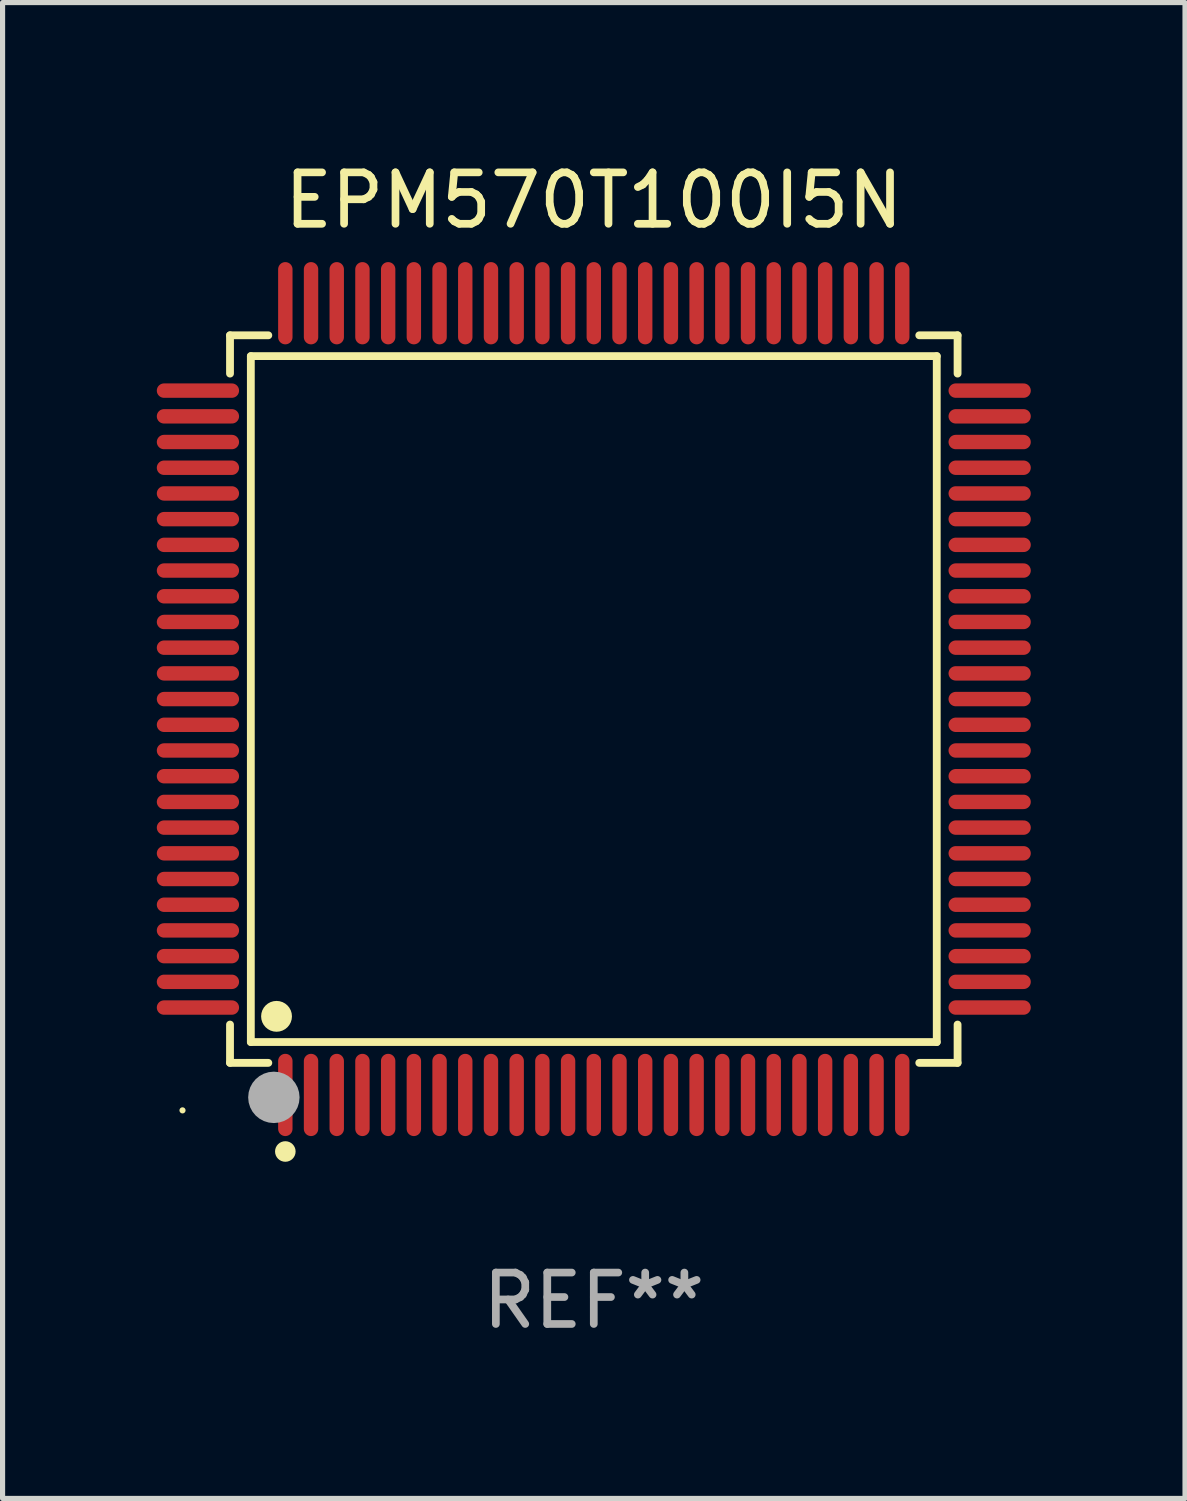
<source format=kicad_pcb>
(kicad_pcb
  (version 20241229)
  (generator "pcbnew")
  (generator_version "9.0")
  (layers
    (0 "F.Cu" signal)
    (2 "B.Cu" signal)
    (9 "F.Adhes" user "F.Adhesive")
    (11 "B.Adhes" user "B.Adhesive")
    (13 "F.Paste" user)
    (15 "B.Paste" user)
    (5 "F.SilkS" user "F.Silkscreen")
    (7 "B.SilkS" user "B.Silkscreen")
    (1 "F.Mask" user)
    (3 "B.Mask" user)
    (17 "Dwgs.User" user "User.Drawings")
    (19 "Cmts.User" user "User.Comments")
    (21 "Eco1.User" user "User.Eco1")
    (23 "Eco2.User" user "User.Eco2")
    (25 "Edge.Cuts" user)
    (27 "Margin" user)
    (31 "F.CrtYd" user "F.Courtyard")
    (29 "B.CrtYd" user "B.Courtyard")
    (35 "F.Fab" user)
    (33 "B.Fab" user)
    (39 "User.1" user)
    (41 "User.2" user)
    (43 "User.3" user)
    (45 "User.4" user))
  (footprint "EPM570T100I5N"
    (layer "F.Cu")
    (at 8.5 10.548)
    (property "Reference" "EPM570T100I5N" (at 0 -9.7 0) (layer "F.SilkS") (effects (font (size 1 1) (thickness 0.15))))
    (attr through_hole)
    (fp_line (start -7.076 -7.076) (end -6.331 -7.076) (stroke (width 0.152) (type solid)) (layer "F.SilkS"))
    (fp_line (start -7.076 -6.331) (end -7.076 -7.076) (stroke (width 0.152) (type solid)) (layer "F.SilkS"))
    (fp_line (start -7.076 6.331) (end -7.076 7.076) (stroke (width 0.152) (type solid)) (layer "F.SilkS"))
    (fp_line (start -7.076 7.076) (end -6.331 7.076) (stroke (width 0.152) (type solid)) (layer "F.SilkS"))
    (fp_line (start -6.671 -6.671) (end 6.671 -6.671) (stroke (width 0.152) (type solid)) (layer "F.SilkS"))
    (fp_line (start -6.671 6.671) (end -6.671 -6.671) (stroke (width 0.152) (type solid)) (layer "F.SilkS"))
    (fp_line (start 6.671 -6.671) (end 6.671 6.671) (stroke (width 0.152) (type solid)) (layer "F.SilkS"))
    (fp_line (start 6.671 6.671) (end -6.671 6.671) (stroke (width 0.152) (type solid)) (layer "F.SilkS"))
    (fp_line (start 7.076 -7.076) (end 6.331 -7.076) (stroke (width 0.152) (type solid)) (layer "F.SilkS"))
    (fp_line (start 7.076 -6.331) (end 7.076 -7.076) (stroke (width 0.152) (type solid)) (layer "F.SilkS"))
    (fp_line (start 7.076 6.331) (end 7.076 7.076) (stroke (width 0.152) (type solid)) (layer "F.SilkS"))
    (fp_line (start 7.076 7.076) (end 6.331 7.076) (stroke (width 0.152) (type solid)) (layer "F.SilkS"))
    (fp_circle (center -8 8) (end -7.97 8) (stroke (width 0.06) (type solid)) (fill no) (layer "F.SilkS"))
    (fp_circle (center -6.171 6.171) (end -6.021 6.171) (stroke (width 0.3) (type solid)) (fill no) (layer "F.SilkS"))
    (fp_circle (center -6 8.8) (end -5.9 8.8) (stroke (width 0.2) (type solid)) (fill no) (layer "F.SilkS"))
    (fp_circle (center -6.223 7.747) (end -5.973 7.747) (stroke (width 0.5) (type solid)) (fill no) (layer "F.Fab"))
    (fp_text user "REF**" (at 0 11.7 0) (layer "F.Fab") (effects (font (size 1 1) (thickness 0.15))))
    (pad "1" smd oval (at -6 7.7) (size 0.28 1.6) (layers "F.Cu" "F.Mask" "F.Paste"))
    (pad "2" smd oval (at -5.5 7.7) (size 0.28 1.6) (layers "F.Cu" "F.Mask" "F.Paste"))
    (pad "3" smd oval (at -5 7.7) (size 0.28 1.6) (layers "F.Cu" "F.Mask" "F.Paste"))
    (pad "4" smd oval (at -4.5 7.7) (size 0.28 1.6) (layers "F.Cu" "F.Mask" "F.Paste"))
    (pad "5" smd oval (at -4 7.7) (size 0.28 1.6) (layers "F.Cu" "F.Mask" "F.Paste"))
    (pad "6" smd oval (at -3.5 7.7) (size 0.28 1.6) (layers "F.Cu" "F.Mask" "F.Paste"))
    (pad "7" smd oval (at -3 7.7) (size 0.28 1.6) (layers "F.Cu" "F.Mask" "F.Paste"))
    (pad "8" smd oval (at -2.5 7.7) (size 0.28 1.6) (layers "F.Cu" "F.Mask" "F.Paste"))
    (pad "9" smd oval (at -2 7.7) (size 0.28 1.6) (layers "F.Cu" "F.Mask" "F.Paste"))
    (pad "10" smd oval (at -1.5 7.7) (size 0.28 1.6) (layers "F.Cu" "F.Mask" "F.Paste"))
    (pad "11" smd oval (at -1 7.7) (size 0.28 1.6) (layers "F.Cu" "F.Mask" "F.Paste"))
    (pad "12" smd oval (at -0.5 7.7) (size 0.28 1.6) (layers "F.Cu" "F.Mask" "F.Paste"))
    (pad "13" smd oval (at 0 7.7) (size 0.28 1.6) (layers "F.Cu" "F.Mask" "F.Paste"))
    (pad "14" smd oval (at 0.5 7.7) (size 0.28 1.6) (layers "F.Cu" "F.Mask" "F.Paste"))
    (pad "15" smd oval (at 1 7.7) (size 0.28 1.6) (layers "F.Cu" "F.Mask" "F.Paste"))
    (pad "16" smd oval (at 1.5 7.7) (size 0.28 1.6) (layers "F.Cu" "F.Mask" "F.Paste"))
    (pad "17" smd oval (at 2 7.7) (size 0.28 1.6) (layers "F.Cu" "F.Mask" "F.Paste"))
    (pad "18" smd oval (at 2.5 7.7) (size 0.28 1.6) (layers "F.Cu" "F.Mask" "F.Paste"))
    (pad "19" smd oval (at 3 7.7) (size 0.28 1.6) (layers "F.Cu" "F.Mask" "F.Paste"))
    (pad "20" smd oval (at 3.5 7.7) (size 0.28 1.6) (layers "F.Cu" "F.Mask" "F.Paste"))
    (pad "21" smd oval (at 4 7.7) (size 0.28 1.6) (layers "F.Cu" "F.Mask" "F.Paste"))
    (pad "22" smd oval (at 4.5 7.7) (size 0.28 1.6) (layers "F.Cu" "F.Mask" "F.Paste"))
    (pad "23" smd oval (at 5 7.7) (size 0.28 1.6) (layers "F.Cu" "F.Mask" "F.Paste"))
    (pad "24" smd oval (at 5.5 7.7) (size 0.28 1.6) (layers "F.Cu" "F.Mask" "F.Paste"))
    (pad "25" smd oval (at 6 7.7) (size 0.28 1.6) (layers "F.Cu" "F.Mask" "F.Paste"))
    (pad "26" smd oval (at 7.7 6) (size 1.6 0.28) (layers "F.Cu" "F.Mask" "F.Paste"))
    (pad "27" smd oval (at 7.7 5.5) (size 1.6 0.28) (layers "F.Cu" "F.Mask" "F.Paste"))
    (pad "28" smd oval (at 7.7 5) (size 1.6 0.28) (layers "F.Cu" "F.Mask" "F.Paste"))
    (pad "29" smd oval (at 7.7 4.5) (size 1.6 0.28) (layers "F.Cu" "F.Mask" "F.Paste"))
    (pad "30" smd oval (at 7.7 4) (size 1.6 0.28) (layers "F.Cu" "F.Mask" "F.Paste"))
    (pad "31" smd oval (at 7.7 3.5) (size 1.6 0.28) (layers "F.Cu" "F.Mask" "F.Paste"))
    (pad "32" smd oval (at 7.7 3) (size 1.6 0.28) (layers "F.Cu" "F.Mask" "F.Paste"))
    (pad "33" smd oval (at 7.7 2.5) (size 1.6 0.28) (layers "F.Cu" "F.Mask" "F.Paste"))
    (pad "34" smd oval (at 7.7 2) (size 1.6 0.28) (layers "F.Cu" "F.Mask" "F.Paste"))
    (pad "35" smd oval (at 7.7 1.5) (size 1.6 0.28) (layers "F.Cu" "F.Mask" "F.Paste"))
    (pad "36" smd oval (at 7.7 1) (size 1.6 0.28) (layers "F.Cu" "F.Mask" "F.Paste"))
    (pad "37" smd oval (at 7.7 0.5) (size 1.6 0.28) (layers "F.Cu" "F.Mask" "F.Paste"))
    (pad "38" smd oval (at 7.7 0) (size 1.6 0.28) (layers "F.Cu" "F.Mask" "F.Paste"))
    (pad "39" smd oval (at 7.7 -0.5) (size 1.6 0.28) (layers "F.Cu" "F.Mask" "F.Paste"))
    (pad "40" smd oval (at 7.7 -1) (size 1.6 0.28) (layers "F.Cu" "F.Mask" "F.Paste"))
    (pad "41" smd oval (at 7.7 -1.5) (size 1.6 0.28) (layers "F.Cu" "F.Mask" "F.Paste"))
    (pad "42" smd oval (at 7.7 -2) (size 1.6 0.28) (layers "F.Cu" "F.Mask" "F.Paste"))
    (pad "43" smd oval (at 7.7 -2.5) (size 1.6 0.28) (layers "F.Cu" "F.Mask" "F.Paste"))
    (pad "44" smd oval (at 7.7 -3) (size 1.6 0.28) (layers "F.Cu" "F.Mask" "F.Paste"))
    (pad "45" smd oval (at 7.7 -3.5) (size 1.6 0.28) (layers "F.Cu" "F.Mask" "F.Paste"))
    (pad "46" smd oval (at 7.7 -4) (size 1.6 0.28) (layers "F.Cu" "F.Mask" "F.Paste"))
    (pad "47" smd oval (at 7.7 -4.5) (size 1.6 0.28) (layers "F.Cu" "F.Mask" "F.Paste"))
    (pad "48" smd oval (at 7.7 -5) (size 1.6 0.28) (layers "F.Cu" "F.Mask" "F.Paste"))
    (pad "49" smd oval (at 7.7 -5.5) (size 1.6 0.28) (layers "F.Cu" "F.Mask" "F.Paste"))
    (pad "50" smd oval (at 7.7 -6) (size 1.6 0.28) (layers "F.Cu" "F.Mask" "F.Paste"))
    (pad "51" smd oval (at 6 -7.7) (size 0.28 1.6) (layers "F.Cu" "F.Mask" "F.Paste"))
    (pad "52" smd oval (at 5.5 -7.7) (size 0.28 1.6) (layers "F.Cu" "F.Mask" "F.Paste"))
    (pad "53" smd oval (at 5 -7.7) (size 0.28 1.6) (layers "F.Cu" "F.Mask" "F.Paste"))
    (pad "54" smd oval (at 4.5 -7.7) (size 0.28 1.6) (layers "F.Cu" "F.Mask" "F.Paste"))
    (pad "55" smd oval (at 4 -7.7) (size 0.28 1.6) (layers "F.Cu" "F.Mask" "F.Paste"))
    (pad "56" smd oval (at 3.5 -7.7) (size 0.28 1.6) (layers "F.Cu" "F.Mask" "F.Paste"))
    (pad "57" smd oval (at 3 -7.7) (size 0.28 1.6) (layers "F.Cu" "F.Mask" "F.Paste"))
    (pad "58" smd oval (at 2.5 -7.7) (size 0.28 1.6) (layers "F.Cu" "F.Mask" "F.Paste"))
    (pad "59" smd oval (at 2 -7.7) (size 0.28 1.6) (layers "F.Cu" "F.Mask" "F.Paste"))
    (pad "60" smd oval (at 1.5 -7.7) (size 0.28 1.6) (layers "F.Cu" "F.Mask" "F.Paste"))
    (pad "61" smd oval (at 1 -7.7) (size 0.28 1.6) (layers "F.Cu" "F.Mask" "F.Paste"))
    (pad "62" smd oval (at 0.5 -7.7) (size 0.28 1.6) (layers "F.Cu" "F.Mask" "F.Paste"))
    (pad "63" smd oval (at 0 -7.7) (size 0.28 1.6) (layers "F.Cu" "F.Mask" "F.Paste"))
    (pad "64" smd oval (at -0.5 -7.7) (size 0.28 1.6) (layers "F.Cu" "F.Mask" "F.Paste"))
    (pad "65" smd oval (at -1 -7.7) (size 0.28 1.6) (layers "F.Cu" "F.Mask" "F.Paste"))
    (pad "66" smd oval (at -1.5 -7.7) (size 0.28 1.6) (layers "F.Cu" "F.Mask" "F.Paste"))
    (pad "67" smd oval (at -2 -7.7) (size 0.28 1.6) (layers "F.Cu" "F.Mask" "F.Paste"))
    (pad "68" smd oval (at -2.5 -7.7) (size 0.28 1.6) (layers "F.Cu" "F.Mask" "F.Paste"))
    (pad "69" smd oval (at -3 -7.7) (size 0.28 1.6) (layers "F.Cu" "F.Mask" "F.Paste"))
    (pad "70" smd oval (at -3.5 -7.7) (size 0.28 1.6) (layers "F.Cu" "F.Mask" "F.Paste"))
    (pad "71" smd oval (at -4 -7.7) (size 0.28 1.6) (layers "F.Cu" "F.Mask" "F.Paste"))
    (pad "72" smd oval (at -4.5 -7.7) (size 0.28 1.6) (layers "F.Cu" "F.Mask" "F.Paste"))
    (pad "73" smd oval (at -5 -7.7) (size 0.28 1.6) (layers "F.Cu" "F.Mask" "F.Paste"))
    (pad "74" smd oval (at -5.5 -7.7) (size 0.28 1.6) (layers "F.Cu" "F.Mask" "F.Paste"))
    (pad "75" smd oval (at -6 -7.7) (size 0.28 1.6) (layers "F.Cu" "F.Mask" "F.Paste"))
    (pad "76" smd oval (at -7.7 -6) (size 1.6 0.28) (layers "F.Cu" "F.Mask" "F.Paste"))
    (pad "77" smd oval (at -7.7 -5.5) (size 1.6 0.28) (layers "F.Cu" "F.Mask" "F.Paste"))
    (pad "78" smd oval (at -7.7 -5) (size 1.6 0.28) (layers "F.Cu" "F.Mask" "F.Paste"))
    (pad "79" smd oval (at -7.7 -4.5) (size 1.6 0.28) (layers "F.Cu" "F.Mask" "F.Paste"))
    (pad "80" smd oval (at -7.7 -4) (size 1.6 0.28) (layers "F.Cu" "F.Mask" "F.Paste"))
    (pad "81" smd oval (at -7.7 -3.5) (size 1.6 0.28) (layers "F.Cu" "F.Mask" "F.Paste"))
    (pad "82" smd oval (at -7.7 -3) (size 1.6 0.28) (layers "F.Cu" "F.Mask" "F.Paste"))
    (pad "83" smd oval (at -7.7 -2.5) (size 1.6 0.28) (layers "F.Cu" "F.Mask" "F.Paste"))
    (pad "84" smd oval (at -7.7 -2) (size 1.6 0.28) (layers "F.Cu" "F.Mask" "F.Paste"))
    (pad "85" smd oval (at -7.7 -1.5) (size 1.6 0.28) (layers "F.Cu" "F.Mask" "F.Paste"))
    (pad "86" smd oval (at -7.7 -1) (size 1.6 0.28) (layers "F.Cu" "F.Mask" "F.Paste"))
    (pad "87" smd oval (at -7.7 -0.5) (size 1.6 0.28) (layers "F.Cu" "F.Mask" "F.Paste"))
    (pad "88" smd oval (at -7.7 0) (size 1.6 0.28) (layers "F.Cu" "F.Mask" "F.Paste"))
    (pad "89" smd oval (at -7.7 0.5) (size 1.6 0.28) (layers "F.Cu" "F.Mask" "F.Paste"))
    (pad "90" smd oval (at -7.7 1) (size 1.6 0.28) (layers "F.Cu" "F.Mask" "F.Paste"))
    (pad "91" smd oval (at -7.7 1.5) (size 1.6 0.28) (layers "F.Cu" "F.Mask" "F.Paste"))
    (pad "92" smd oval (at -7.7 2) (size 1.6 0.28) (layers "F.Cu" "F.Mask" "F.Paste"))
    (pad "93" smd oval (at -7.7 2.5) (size 1.6 0.28) (layers "F.Cu" "F.Mask" "F.Paste"))
    (pad "94" smd oval (at -7.7 3) (size 1.6 0.28) (layers "F.Cu" "F.Mask" "F.Paste"))
    (pad "95" smd oval (at -7.7 3.5) (size 1.6 0.28) (layers "F.Cu" "F.Mask" "F.Paste"))
    (pad "96" smd oval (at -7.7 4) (size 1.6 0.28) (layers "F.Cu" "F.Mask" "F.Paste"))
    (pad "97" smd oval (at -7.7 4.5) (size 1.6 0.28) (layers "F.Cu" "F.Mask" "F.Paste"))
    (pad "98" smd oval (at -7.7 5) (size 1.6 0.28) (layers "F.Cu" "F.Mask" "F.Paste"))
    (pad "99" smd oval (at -7.7 5.5) (size 1.6 0.28) (layers "F.Cu" "F.Mask" "F.Paste"))
    (pad "100" smd oval (at -7.7 6) (size 1.6 0.28) (layers "F.Cu" "F.Mask" "F.Paste")))
  (gr_rect
    (start -3 -3)
    (end 20 26.097)
    (stroke (width 0.1) (type default))
    (fill no)
    (layer "Edge.Cuts")))
</source>
